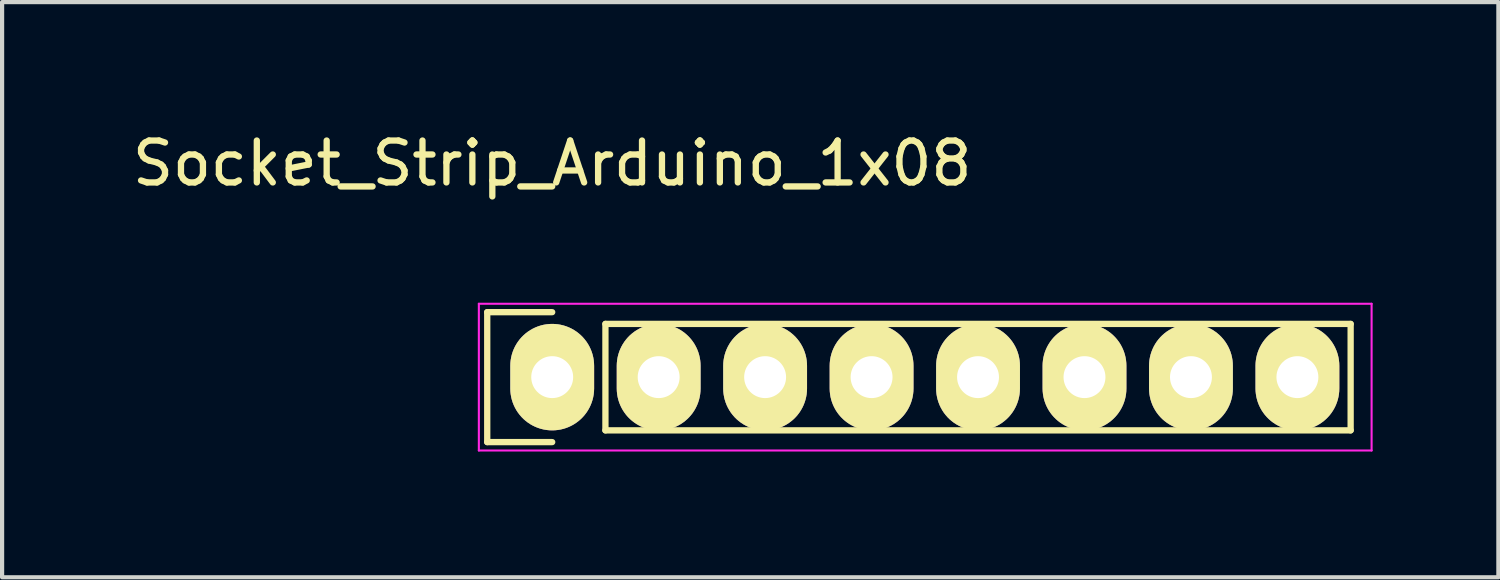
<source format=kicad_pcb>
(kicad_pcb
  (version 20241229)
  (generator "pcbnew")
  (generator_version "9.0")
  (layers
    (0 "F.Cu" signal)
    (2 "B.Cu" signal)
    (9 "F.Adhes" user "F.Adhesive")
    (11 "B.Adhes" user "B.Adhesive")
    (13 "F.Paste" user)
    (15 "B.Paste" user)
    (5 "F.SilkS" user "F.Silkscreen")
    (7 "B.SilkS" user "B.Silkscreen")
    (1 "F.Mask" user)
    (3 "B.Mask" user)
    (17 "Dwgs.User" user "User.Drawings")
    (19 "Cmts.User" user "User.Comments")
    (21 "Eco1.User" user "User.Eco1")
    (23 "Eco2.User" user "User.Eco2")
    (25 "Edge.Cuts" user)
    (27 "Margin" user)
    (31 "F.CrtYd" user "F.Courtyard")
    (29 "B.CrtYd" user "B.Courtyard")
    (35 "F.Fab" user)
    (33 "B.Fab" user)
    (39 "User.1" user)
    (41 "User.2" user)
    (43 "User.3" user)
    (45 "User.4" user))
  (footprint "Socket_Strip_Arduino_1x08"
    (layer "F.Cu")
    (at 10.125 5.948)
    (property "Reference" "Socket_Strip_Arduino_1x08" (at 0 -5.1 0) (layer "F.SilkS") (effects (font (size 1 1) (thickness 0.15))))
    (attr through_hole)
    (fp_line (start -1.55 -1.55) (end -1.55 1.55) (stroke (width 0.15) (type solid)) (layer "F.SilkS"))
    (fp_line (start -1.55 1.55) (end 0 1.55) (stroke (width 0.15) (type solid)) (layer "F.SilkS"))
    (fp_line (start 0 -1.55) (end -1.55 -1.55) (stroke (width 0.15) (type solid)) (layer "F.SilkS"))
    (fp_line (start 1.27 1.27) (end 1.27 -1.27) (stroke (width 0.15) (type solid)) (layer "F.SilkS"))
    (fp_line (start 1.27 1.27) (end 19.05 1.27) (stroke (width 0.15) (type solid)) (layer "F.SilkS"))
    (fp_line (start 19.05 -1.27) (end 1.27 -1.27) (stroke (width 0.15) (type solid)) (layer "F.SilkS"))
    (fp_line (start 19.05 1.27) (end 19.05 -1.27) (stroke (width 0.15) (type solid)) (layer "F.SilkS"))
    (fp_line (start -1.75 -1.75) (end -1.75 1.75) (stroke (width 0.05) (type solid)) (layer "F.CrtYd"))
    (fp_line (start -1.75 -1.75) (end 19.55 -1.75) (stroke (width 0.05) (type solid)) (layer "F.CrtYd"))
    (fp_line (start -1.75 1.75) (end 19.55 1.75) (stroke (width 0.05) (type solid)) (layer "F.CrtYd"))
    (fp_line (start 19.55 -1.75) (end 19.55 1.75) (stroke (width 0.05) (type solid)) (layer "F.CrtYd"))
    (pad "1" thru_hole oval (at 0 0) (size 2 2.54) (drill 1) (layers "*.Cu" "*.Mask" "F.SilkS"))
    (pad "2" thru_hole oval (at 2.54 0) (size 2 2.54) (drill 1) (layers "*.Cu" "*.Mask" "F.SilkS"))
    (pad "3" thru_hole oval (at 5.08 0) (size 2 2.54) (drill 1) (layers "*.Cu" "*.Mask" "F.SilkS"))
    (pad "4" thru_hole oval (at 7.62 0) (size 2 2.54) (drill 1) (layers "*.Cu" "*.Mask" "F.SilkS"))
    (pad "5" thru_hole oval (at 10.16 0) (size 2 2.54) (drill 1) (layers "*.Cu" "*.Mask" "F.SilkS"))
    (pad "6" thru_hole oval (at 12.7 0) (size 2 2.54) (drill 1) (layers "*.Cu" "*.Mask" "F.SilkS"))
    (pad "7" thru_hole oval (at 15.24 0) (size 2 2.54) (drill 1) (layers "*.Cu" "*.Mask" "F.SilkS"))
    (pad "8" thru_hole oval (at 17.78 0) (size 2 2.54) (drill 1) (layers "*.Cu" "*.Mask" "F.SilkS")))
  (gr_rect
    (start -3 -3)
    (end 32.7 10.723)
    (stroke (width 0.1) (type default))
    (fill no)
    (layer "Edge.Cuts")))
</source>
